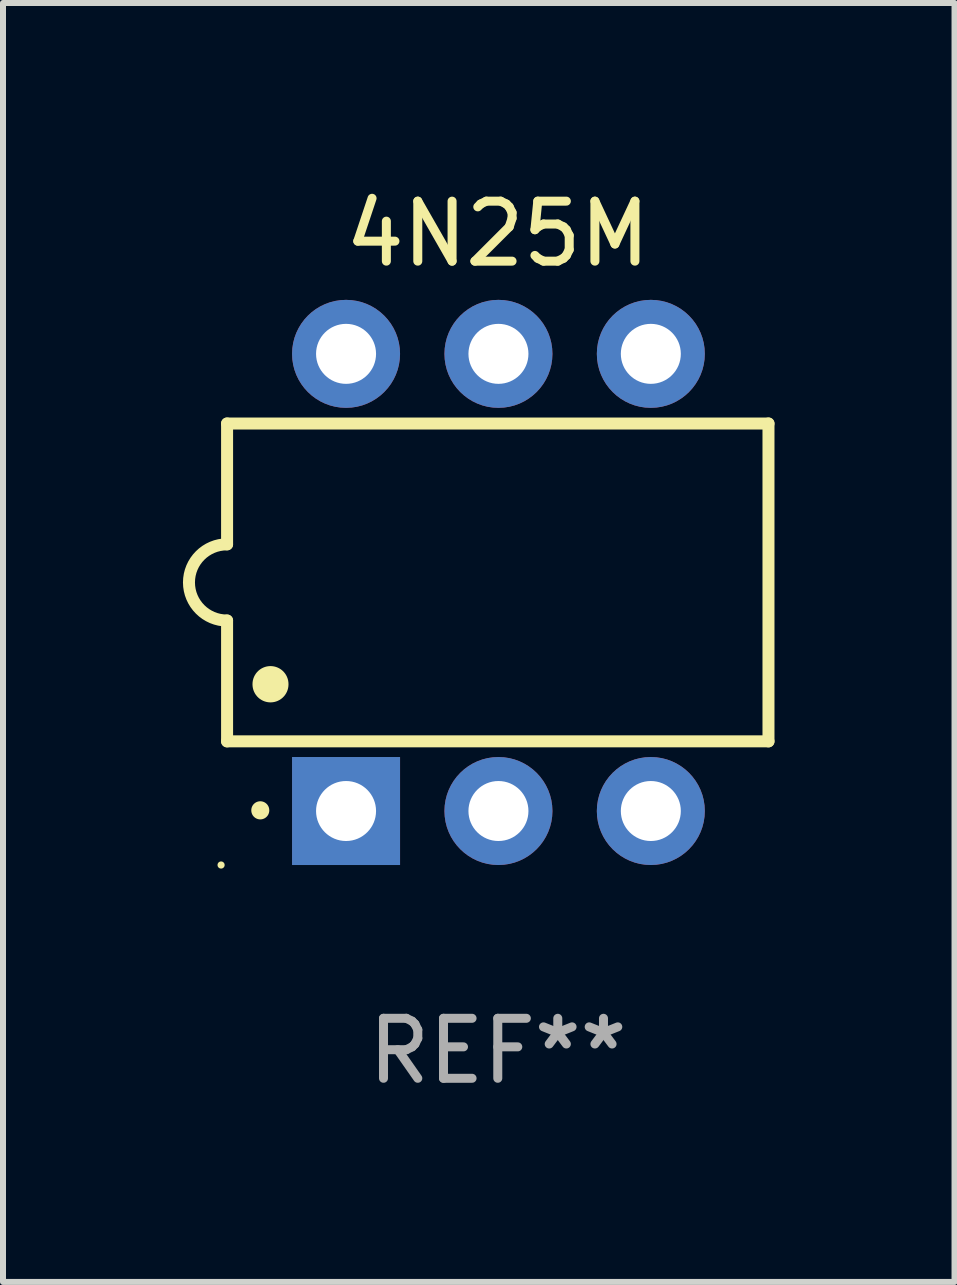
<source format=kicad_pcb>
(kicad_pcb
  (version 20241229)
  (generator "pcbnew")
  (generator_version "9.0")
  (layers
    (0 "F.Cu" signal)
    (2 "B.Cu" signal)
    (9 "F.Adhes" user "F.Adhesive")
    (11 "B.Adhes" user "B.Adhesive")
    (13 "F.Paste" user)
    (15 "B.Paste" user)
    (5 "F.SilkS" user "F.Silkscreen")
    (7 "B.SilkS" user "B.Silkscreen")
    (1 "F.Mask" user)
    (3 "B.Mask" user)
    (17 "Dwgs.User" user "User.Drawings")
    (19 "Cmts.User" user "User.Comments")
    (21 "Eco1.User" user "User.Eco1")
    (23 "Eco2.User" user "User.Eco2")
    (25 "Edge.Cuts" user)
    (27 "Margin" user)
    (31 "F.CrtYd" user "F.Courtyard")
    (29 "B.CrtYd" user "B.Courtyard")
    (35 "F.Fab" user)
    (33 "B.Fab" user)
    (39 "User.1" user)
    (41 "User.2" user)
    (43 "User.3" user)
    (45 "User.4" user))
  (footprint "4N25M"
    (layer "F.Cu")
    (at 5.247 6.658)
    (property "Reference" "4N25M" (at 0 -5.81 0) (layer "F.SilkS") (effects (font (size 1 1) (thickness 0.15))))
    (attr through_hole)
    (fp_line (start -4.512 -2.649) (end 4.512 -2.649) (stroke (width 0.2) (type solid)) (layer "F.SilkS"))
    (fp_line (start -4.512 -0.635) (end -4.512 -2.649) (stroke (width 0.2) (type solid)) (layer "F.SilkS"))
    (fp_line (start -4.512 2.649) (end -4.512 0.635) (stroke (width 0.2) (type solid)) (layer "F.SilkS"))
    (fp_line (start 4.512 -2.649) (end 4.512 2.649) (stroke (width 0.2) (type solid)) (layer "F.SilkS"))
    (fp_line (start 4.512 2.649) (end -4.512 2.649) (stroke (width 0.2) (type solid)) (layer "F.SilkS"))
    (fp_arc (start -4.512319 0.635001) (mid -5.14732 0) (end -4.512319 -0.635001) (stroke (width 0.2) (type solid)) (layer "F.SilkS"))
    (fp_arc (start -3.958598 3.799848) (mid -3.958603 3.798578) (end -3.958598 3.797308) (stroke (width 0.3) (type solid)) (layer "F.SilkS"))
    (fp_arc (start -3.788418 1.699263) (mid -3.788429 1.696723) (end -3.788418 1.694183) (stroke (width 0.6) (type solid)) (layer "F.SilkS"))
    (fp_circle (center -4.612 4.71) (end -4.582 4.71) (stroke (width 0.06) (type solid)) (fill no) (layer "F.SilkS"))
    (fp_text user "REF**" (at 0 7.81 0) (layer "F.Fab") (effects (font (size 1 1) (thickness 0.15))))
    (pad "1" thru_hole rect (at -2.529 3.81 90) (size 1.8 1.8) (drill 1) (layers "*.Cu" "*.Mask"))
    (pad "2" thru_hole circle (at 0.011 3.81) (size 1.8 1.8) (drill 1) (layers "*.Cu" "*.Mask"))
    (pad "3" thru_hole circle (at 2.551 3.81) (size 1.8 1.8) (drill 1) (layers "*.Cu" "*.Mask"))
    (pad "4" thru_hole circle (at 2.551 -3.81) (size 1.8 1.8) (drill 1) (layers "*.Cu" "*.Mask"))
    (pad "5" thru_hole circle (at 0.011 -3.81) (size 1.8 1.8) (drill 1) (layers "*.Cu" "*.Mask"))
    (pad "6" thru_hole circle (at -2.529 -3.81) (size 1.8 1.8) (drill 1) (layers "*.Cu" "*.Mask")))
  (gr_rect
    (start -3 -3)
    (end 12.86 18.317)
    (stroke (width 0.1) (type default))
    (fill no)
    (layer "Edge.Cuts")))
</source>
